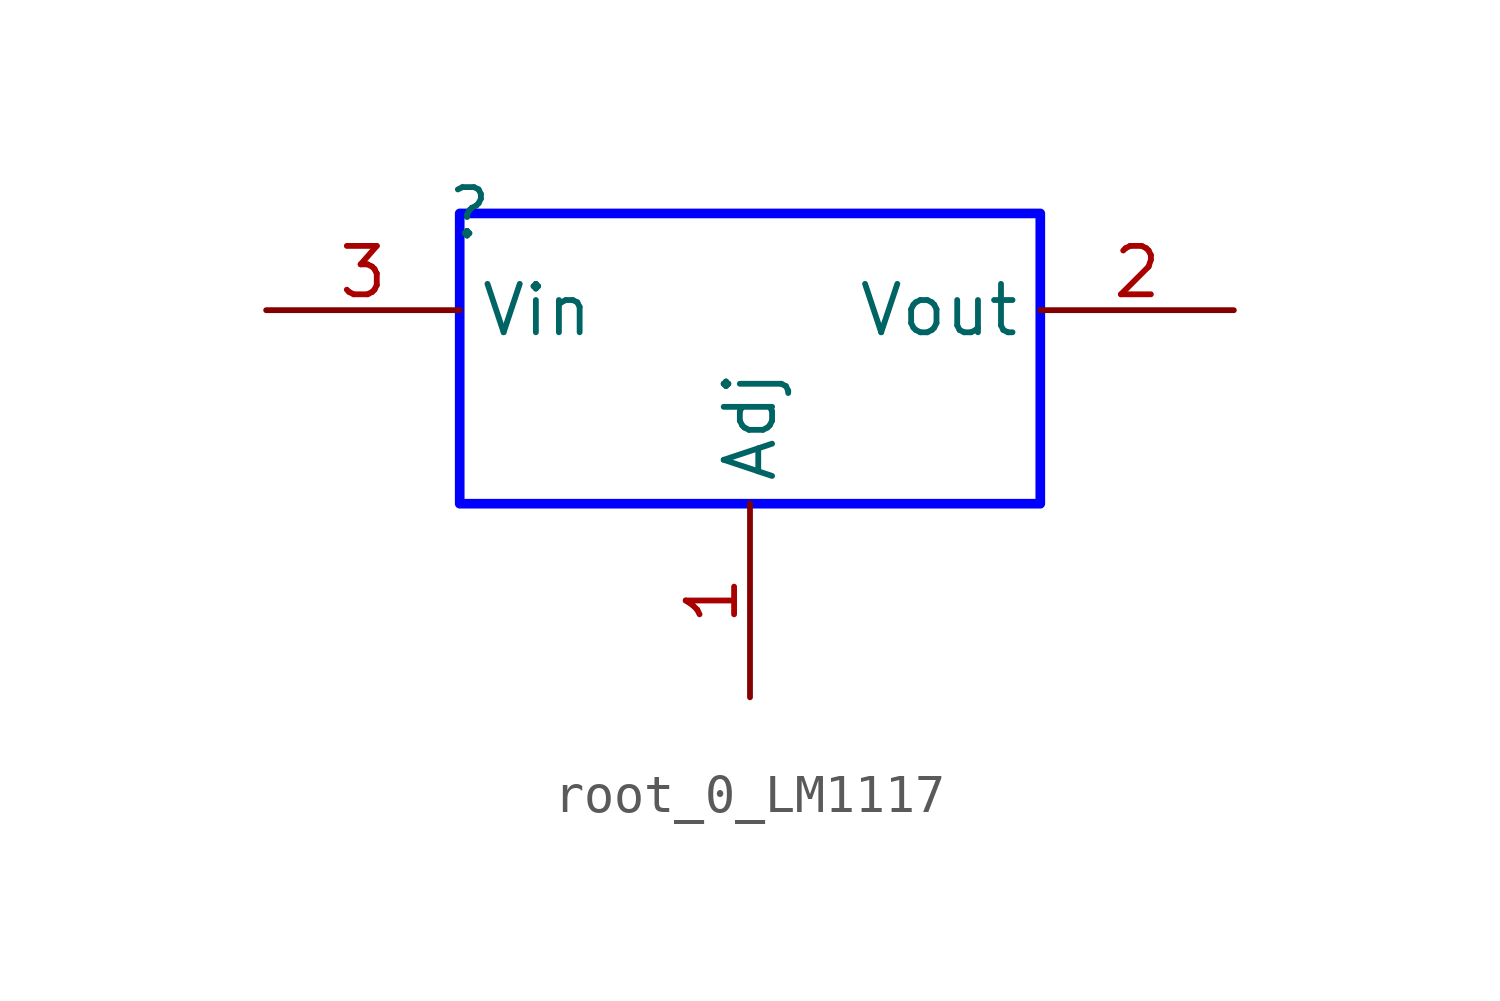
<source format=kicad_sym>
(kicad_symbol_lib
  (version 20220914)
  (generator kicad_symbol_editor)
  (symbol "root_0_LM1117"
    (property "Reference" ""
      (at 0 0 0)
      (effects (font (size 1.27 1.27))))
    (property "Value" ""
      (at 0 0 0)
      (effects (font (size 1.27 1.27))))
    (symbol "root_0_LM1117_1_0"
      (polyline (pts (xy -0.254 0) (xy 14.986 0) (xy 14.986 -7.62) (xy -0.254 -7.62) (xy -0.254 0)) (stroke (width 0.254) (type solid) (color 0 0 255 1)) (fill (type none)))
      (pin passive line (at 7.366 -12.7 90) (length 5.08) (name "Adj" (effects (font (size 1.27 1.27)))) (number "1" (effects (font (size 1.27 1.27)))))
      (pin passive line (at 20.066 -2.54 180) (length 5.08) (name "Vout" (effects (font (size 1.27 1.27)))) (number "2" (effects (font (size 1.27 1.27)))))
      (pin passive line (at -5.334 -2.54 0) (length 5.08) (name "Vin" (effects (font (size 1.27 1.27)))) (number "3" (effects (font (size 1.27 1.27))))))))
</source>
